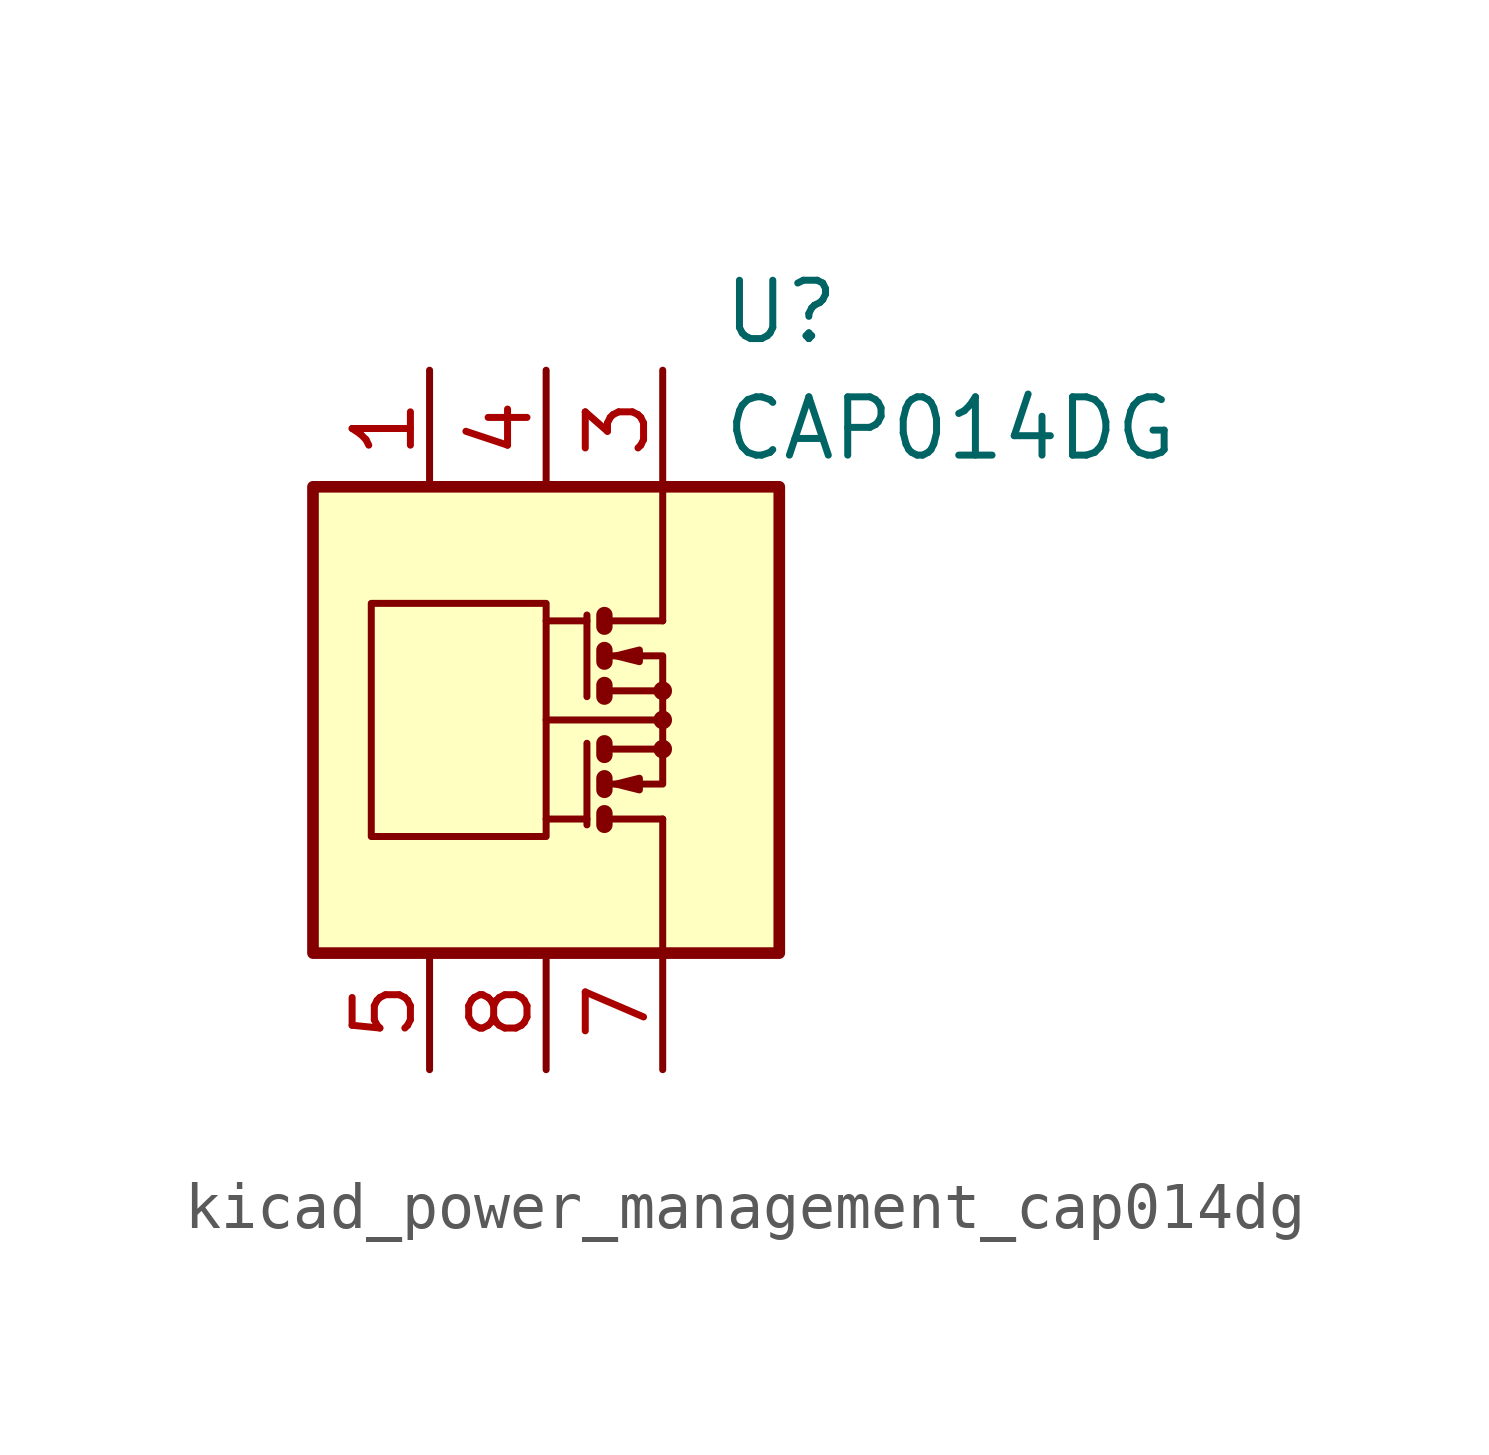
<source format=kicad_sym>
(kicad_symbol_lib
  (version 20220914)
  (generator kicad_symbol_editor)
  (symbol "kicad_power_management_cap014dg"
    (pin_names
      (offset 1.27))
    (property "Reference" "U"
      (at 3.81 8.89 0)
      (effects (font (size 1.27 1.27)) (justify left)))
    (property "Value" "CAP014DG"
      (at 3.81 6.35 0)
      (effects (font (size 1.27 1.27)) (justify left)))
    (symbol "kicad_power_management_cap014dg_0_1"
      (rectangle (start -5.08 5.08) (end 5.08 -5.08) (stroke (width 0.254) (type default)) (fill (type background)))
      (rectangle (start -3.81 2.54) (end 0 -2.54) (stroke (width 0) (type default)) (fill (type none)))
      (polyline (pts (xy 0.889 -2.159) (xy 0 -2.159)) (stroke (width 0) (type default)) (fill (type none)))
      (polyline (pts (xy 0.889 -0.508) (xy 0.889 -2.286)) (stroke (width 0) (type default)) (fill (type none)))
      (polyline (pts (xy 0.889 2.159) (xy 0 2.159)) (stroke (width 0) (type default)) (fill (type none)))
      (polyline (pts (xy 0.889 2.286) (xy 0.889 0.508)) (stroke (width 0) (type default)) (fill (type none)))
      (polyline (pts (xy 1.27 -2.159) (xy 2.54 -2.159)) (stroke (width 0) (type default)) (fill (type none)))
      (polyline (pts (xy 1.27 2.159) (xy 2.54 2.159)) (stroke (width 0) (type default)) (fill (type none)))
      (polyline (pts (xy 2.413 0) (xy 0 0)) (stroke (width 0) (type default)) (fill (type none)))
      (polyline (pts (xy 2.54 -2.159) (xy 2.54 -5.08)) (stroke (width 0) (type default)) (fill (type none)))
      (polyline (pts (xy 1.27 -2.032) (xy 1.27 -2.286) (xy 1.27 -2.286)) (stroke (width 0.356) (type default)) (fill (type none)))
      (polyline (pts (xy 1.27 -1.27) (xy 1.27 -1.524) (xy 1.27 -1.524)) (stroke (width 0.356) (type default)) (fill (type none)))
      (polyline (pts (xy 1.27 0.762) (xy 1.27 0.508) (xy 1.27 0.508)) (stroke (width 0.356) (type default)) (fill (type none)))
      (polyline (pts (xy 1.27 1.524) (xy 1.27 1.27) (xy 1.27 1.27)) (stroke (width 0.356) (type default)) (fill (type none)))
      (polyline (pts (xy 1.27 2.286) (xy 1.27 2.032) (xy 1.27 2.032)) (stroke (width 0.356) (type default)) (fill (type none)))
      (polyline (pts (xy 1.397 -1.397) (xy 2.54 -1.397) (xy 2.54 -0.635)) (stroke (width 0) (type default)) (fill (type none)))
      (polyline (pts (xy 1.397 1.397) (xy 2.54 1.397) (xy 2.54 0.635)) (stroke (width 0) (type default)) (fill (type none)))
      (polyline (pts (xy 2.54 2.159) (xy 2.54 5.08) (xy 2.54 3.175)) (stroke (width 0) (type default)) (fill (type none)))
      (polyline (pts (xy 1.397 -0.635) (xy 2.54 -0.635) (xy 2.54 0.635) (xy 1.397 0.635)) (stroke (width 0) (type default)) (fill (type none)))
      (polyline (pts (xy 1.524 -1.397) (xy 2.032 -1.27) (xy 2.032 -1.524) (xy 1.524 -1.397)) (stroke (width 0) (type default)) (fill (type none)))
      (polyline (pts (xy 1.524 1.397) (xy 2.032 1.524) (xy 2.032 1.27) (xy 1.524 1.397)) (stroke (width 0) (type default)) (fill (type none)))
      (circle (center 2.54 -0.635) (radius 0.127) (stroke (width 0) (type default)) (fill (type none)))
      (circle (center 2.54 0) (radius 0.127) (stroke (width 0) (type default)) (fill (type none)))
      (circle (center 2.54 0.635) (radius 0.127) (stroke (width 0) (type default)) (fill (type none))))
    (symbol "kicad_power_management_cap014dg_1_1"
      (polyline (pts (xy 1.27 -0.508) (xy 1.27 -0.762)) (stroke (width 0.356) (type default)) (fill (type none)))
      (pin passive line (at -2.54 7.62 270) (length 2.54) (name "~" (effects (font (size 1.27 1.27)))) (number "1" (effects (font (size 1.27 1.27)))))
      (pin passive line (at 2.54 7.62 270) (length 2.54) hide (name "~" (effects (font (size 1.27 1.27)))) (number "2" (effects (font (size 1.27 1.27)))))
      (pin passive line (at 2.54 7.62 270) (length 2.54) (name "~" (effects (font (size 1.27 1.27)))) (number "3" (effects (font (size 1.27 1.27)))))
      (pin passive line (at 0 7.62 270) (length 2.54) (name "~" (effects (font (size 1.27 1.27)))) (number "4" (effects (font (size 1.27 1.27)))))
      (pin passive line (at -2.54 -7.62 90) (length 2.54) (name "~" (effects (font (size 1.27 1.27)))) (number "5" (effects (font (size 1.27 1.27)))))
      (pin passive line (at 2.54 -7.62 90) (length 2.54) hide (name "~" (effects (font (size 1.27 1.27)))) (number "6" (effects (font (size 1.27 1.27)))))
      (pin passive line (at 2.54 -7.62 90) (length 2.54) (name "~" (effects (font (size 1.27 1.27)))) (number "7" (effects (font (size 1.27 1.27)))))
      (pin passive line (at 0 -7.62 90) (length 2.54) (name "~" (effects (font (size 1.27 1.27)))) (number "8" (effects (font (size 1.27 1.27))))))))
</source>
